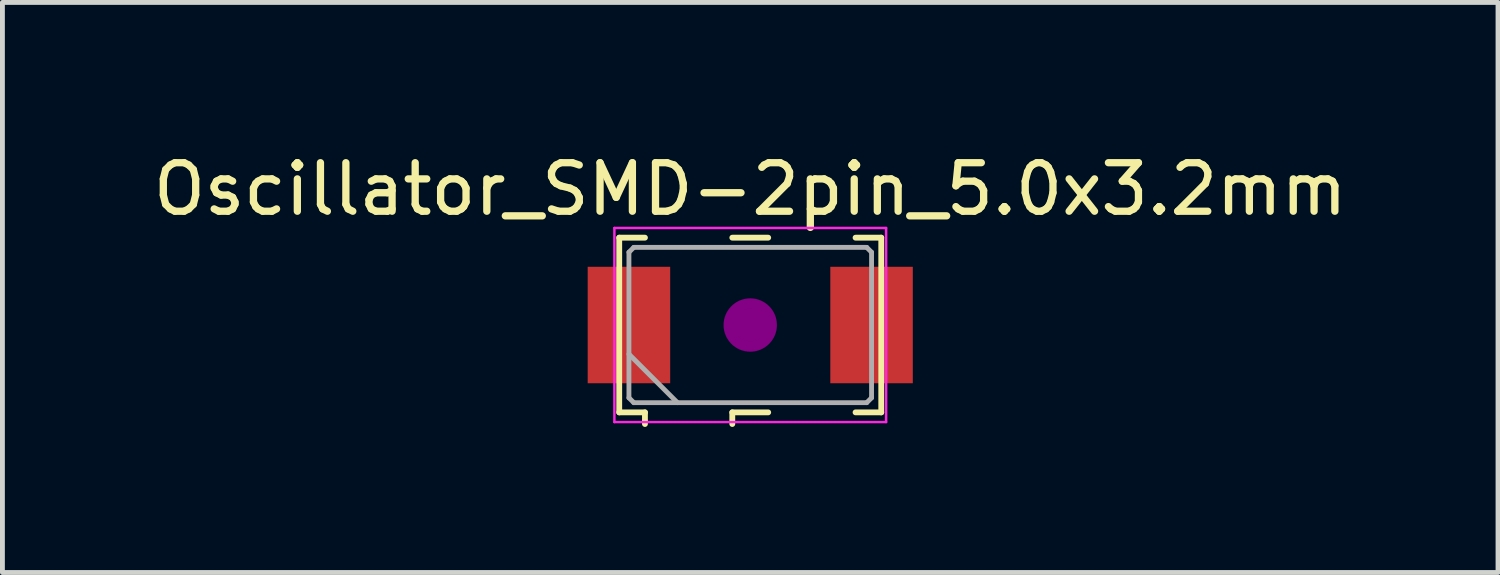
<source format=kicad_pcb>
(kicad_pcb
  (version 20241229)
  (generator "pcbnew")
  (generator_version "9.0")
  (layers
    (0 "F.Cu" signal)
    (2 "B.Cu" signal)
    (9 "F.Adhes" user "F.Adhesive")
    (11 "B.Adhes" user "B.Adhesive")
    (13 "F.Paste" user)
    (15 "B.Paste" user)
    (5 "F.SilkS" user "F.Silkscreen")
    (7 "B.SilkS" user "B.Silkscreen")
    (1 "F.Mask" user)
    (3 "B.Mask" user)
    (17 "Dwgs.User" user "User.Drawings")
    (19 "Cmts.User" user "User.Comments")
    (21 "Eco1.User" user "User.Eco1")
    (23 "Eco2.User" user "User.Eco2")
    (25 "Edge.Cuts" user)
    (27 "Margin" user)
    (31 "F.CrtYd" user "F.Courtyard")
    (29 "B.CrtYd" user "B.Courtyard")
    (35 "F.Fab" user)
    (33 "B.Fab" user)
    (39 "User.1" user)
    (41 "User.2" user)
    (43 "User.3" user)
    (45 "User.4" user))
  (footprint "Oscillator_SMD-2pin_5.0x3.2mm"
    (layer "F.Cu")
    (at 12.411 3.648)
    (property "Reference" "Oscillator_SMD-2pin_5.0x3.2mm" (at 0 -2.8 0) (layer "F.SilkS") (effects (font (size 1 1) (thickness 0.15))))
    (attr smd)
    (fp_line (start -2.7 -1.8) (end -2.17 -1.8) (stroke (width 0.12) (type solid)) (layer "F.SilkS"))
    (fp_line (start -2.7 1.8) (end -2.7 -1.8) (stroke (width 0.12) (type solid)) (layer "F.SilkS"))
    (fp_line (start -2.17 1.8) (end -2.7 1.8) (stroke (width 0.12) (type solid)) (layer "F.SilkS"))
    (fp_line (start -2.17 2.04) (end -2.17 1.8) (stroke (width 0.12) (type solid)) (layer "F.SilkS"))
    (fp_line (start -0.37 -1.8) (end 0.37 -1.8) (stroke (width 0.12) (type solid)) (layer "F.SilkS"))
    (fp_line (start -0.37 1.8) (end -0.37 2.04) (stroke (width 0.12) (type solid)) (layer "F.SilkS"))
    (fp_line (start 0.37 1.8) (end -0.37 1.8) (stroke (width 0.12) (type solid)) (layer "F.SilkS"))
    (fp_line (start 2.17 -1.8) (end 2.7 -1.8) (stroke (width 0.12) (type solid)) (layer "F.SilkS"))
    (fp_line (start 2.7 -1.8) (end 2.7 1.8) (stroke (width 0.12) (type solid)) (layer "F.SilkS"))
    (fp_line (start 2.7 1.8) (end 2.17 1.8) (stroke (width 0.12) (type solid)) (layer "F.SilkS"))
    (fp_circle (center 0 0) (end 0.117 0) (stroke (width 0.233) (type solid)) (fill no) (layer "F.Adhes"))
    (fp_circle (center 0 0) (end 0.267 0) (stroke (width 0.167) (type solid)) (fill no) (layer "F.Adhes"))
    (fp_circle (center 0 0) (end 0.417 0) (stroke (width 0.167) (type solid)) (fill no) (layer "F.Adhes"))
    (fp_circle (center 0 0) (end 0.5 0) (stroke (width 0.1) (type solid)) (fill no) (layer "F.Adhes"))
    (fp_line (start -2.8 -2) (end -2.8 2) (stroke (width 0.05) (type solid)) (layer "F.CrtYd"))
    (fp_line (start -2.8 2) (end 2.8 2) (stroke (width 0.05) (type solid)) (layer "F.CrtYd"))
    (fp_line (start 2.8 -2) (end -2.8 -2) (stroke (width 0.05) (type solid)) (layer "F.CrtYd"))
    (fp_line (start 2.8 2) (end 2.8 -2) (stroke (width 0.05) (type solid)) (layer "F.CrtYd"))
    (fp_line (start -2.5 -1.5) (end -2.4 -1.6) (stroke (width 0.1) (type solid)) (layer "F.Fab"))
    (fp_line (start -2.5 0.6) (end -1.5 1.6) (stroke (width 0.1) (type solid)) (layer "F.Fab"))
    (fp_line (start -2.5 1.5) (end -2.5 -1.5) (stroke (width 0.1) (type solid)) (layer "F.Fab"))
    (fp_line (start -2.4 -1.6) (end 2.4 -1.6) (stroke (width 0.1) (type solid)) (layer "F.Fab"))
    (fp_line (start -2.4 1.6) (end -2.5 1.5) (stroke (width 0.1) (type solid)) (layer "F.Fab"))
    (fp_line (start 2.4 -1.6) (end 2.5 -1.5) (stroke (width 0.1) (type solid)) (layer "F.Fab"))
    (fp_line (start 2.4 1.6) (end -2.4 1.6) (stroke (width 0.1) (type solid)) (layer "F.Fab"))
    (fp_line (start 2.5 -1.5) (end 2.5 1.5) (stroke (width 0.1) (type solid)) (layer "F.Fab"))
    (fp_line (start 2.5 1.5) (end 2.4 1.6) (stroke (width 0.1) (type solid)) (layer "F.Fab"))
    (pad "1" smd rect (at -2.5 0) (size 1.7 2.4) (layers "F.Cu" "F.Mask"))
    (pad "2" smd rect (at 2.5 0) (size 1.7 2.4) (layers "F.Cu" "F.Mask")))
  (gr_rect
    (start -3 -3)
    (end 27.821 8.748)
    (stroke (width 0.1) (type default))
    (fill no)
    (layer "Edge.Cuts")))
</source>
